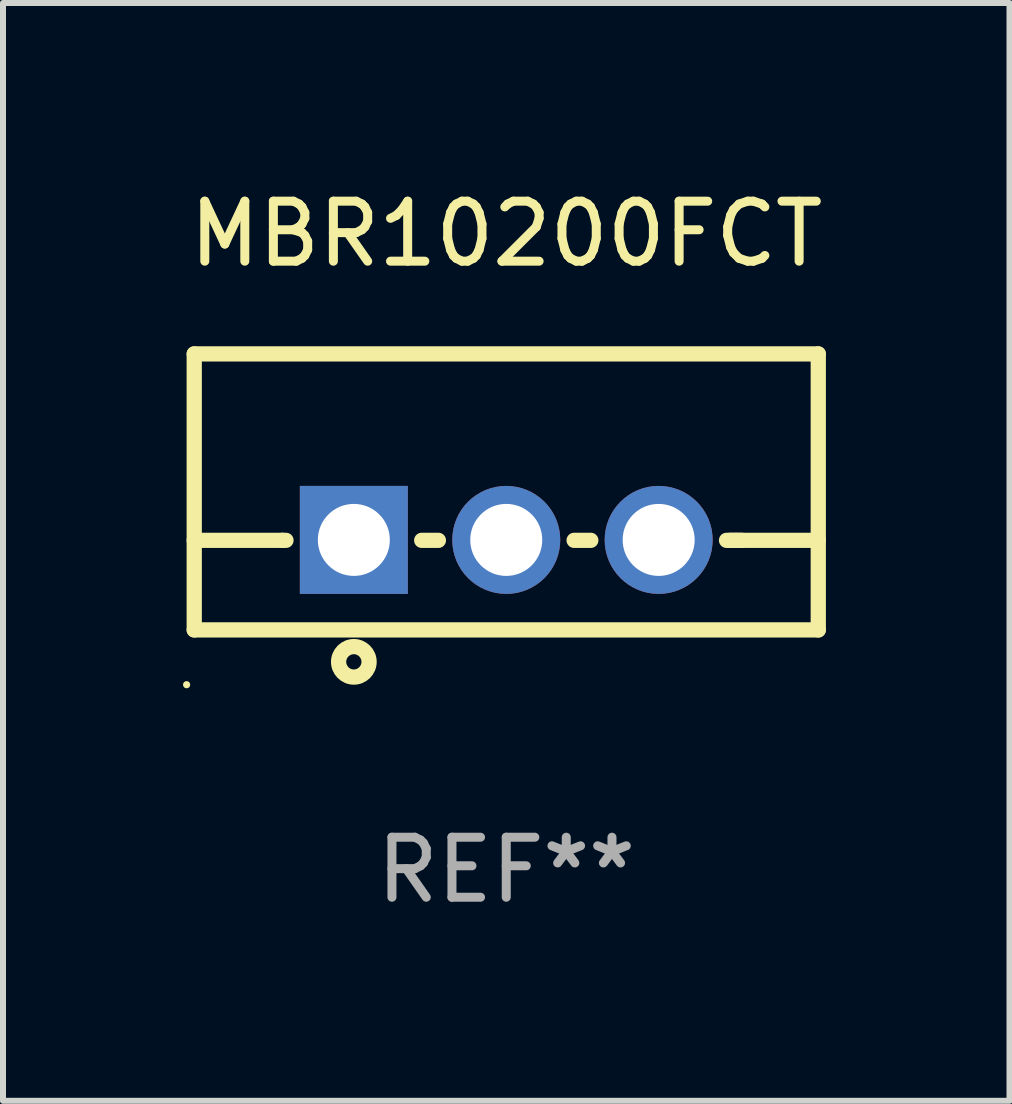
<source format=kicad_pcb>
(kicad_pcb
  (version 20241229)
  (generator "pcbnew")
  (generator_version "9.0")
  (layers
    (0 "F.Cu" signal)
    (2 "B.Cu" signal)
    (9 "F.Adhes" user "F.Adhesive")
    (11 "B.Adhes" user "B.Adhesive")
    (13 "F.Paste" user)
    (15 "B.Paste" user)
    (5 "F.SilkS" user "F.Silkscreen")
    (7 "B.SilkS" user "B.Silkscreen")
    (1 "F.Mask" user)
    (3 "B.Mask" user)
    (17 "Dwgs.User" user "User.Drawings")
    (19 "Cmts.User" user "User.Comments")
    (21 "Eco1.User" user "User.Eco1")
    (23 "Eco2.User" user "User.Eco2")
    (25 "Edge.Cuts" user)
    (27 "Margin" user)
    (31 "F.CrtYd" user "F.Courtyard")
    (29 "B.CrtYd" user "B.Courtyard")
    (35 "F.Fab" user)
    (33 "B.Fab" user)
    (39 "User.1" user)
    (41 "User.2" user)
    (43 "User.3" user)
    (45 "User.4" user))
  (footprint "MBR10200FCT"
    (layer "F.Cu")
    (at 5.387 5.148)
    (property "Reference" "MBR10200FCT" (at 0 -4.3 0) (layer "F.SilkS") (effects (font (size 1 1) (thickness 0.15))))
    (attr through_hole)
    (fp_line (start -5.2 -2.3) (end -5.2 2.3) (stroke (width 0.254) (type solid)) (layer "F.SilkS"))
    (fp_line (start -5.2 -2.3) (end 5.2 -2.3) (stroke (width 0.254) (type solid)) (layer "F.SilkS"))
    (fp_line (start -5.2 0.807) (end -3.731 0.807) (stroke (width 0.254) (type solid)) (layer "F.SilkS"))
    (fp_line (start -5.2 2.3) (end 5.2 2.3) (stroke (width 0.254) (type solid)) (layer "F.SilkS"))
    (fp_line (start -3.731 0.807) (end -3.671 0.807) (stroke (width 0.254) (type solid)) (layer "F.SilkS"))
    (fp_line (start -1.409 0.807) (end -1.131 0.807) (stroke (width 0.254) (type solid)) (layer "F.SilkS"))
    (fp_line (start 1.131 0.807) (end 1.409 0.807) (stroke (width 0.254) (type solid)) (layer "F.SilkS"))
    (fp_line (start 3.671 0.807) (end 3.926 0.807) (stroke (width 0.254) (type solid)) (layer "F.SilkS"))
    (fp_line (start 3.731 0.807) (end 5.2 0.807) (stroke (width 0.254) (type solid)) (layer "F.SilkS"))
    (fp_line (start 5.2 -2.3) (end 5.2 2.3) (stroke (width 0.254) (type solid)) (layer "F.SilkS"))
    (fp_circle (center -5.327 3.213) (end -5.297 3.213) (stroke (width 0.06) (type solid)) (fill no) (layer "F.SilkS"))
    (fp_circle (center -2.54 2.832) (end -2.286 2.832) (stroke (width 0.254) (type solid)) (fill no) (layer "F.SilkS"))
    (fp_text user "REF**" (at 0 6.3 0) (layer "F.Fab") (effects (font (size 1 1) (thickness 0.15))))
    (pad "1" thru_hole rect (at -2.54 0.8) (size 1.8 1.8) (drill 1.2) (layers "*.Cu" "*.Mask"))
    (pad "2" thru_hole circle (at 0 0.8) (size 1.8 1.8) (drill 1.2) (layers "*.Cu" "*.Mask"))
    (pad "3" thru_hole circle (at 2.54 0.8) (size 1.8 1.8) (drill 1.2) (layers "*.Cu" "*.Mask")))
  (gr_rect
    (start -3 -3)
    (end 13.774 15.296)
    (stroke (width 0.1) (type default))
    (fill no)
    (layer "Edge.Cuts")))
</source>
